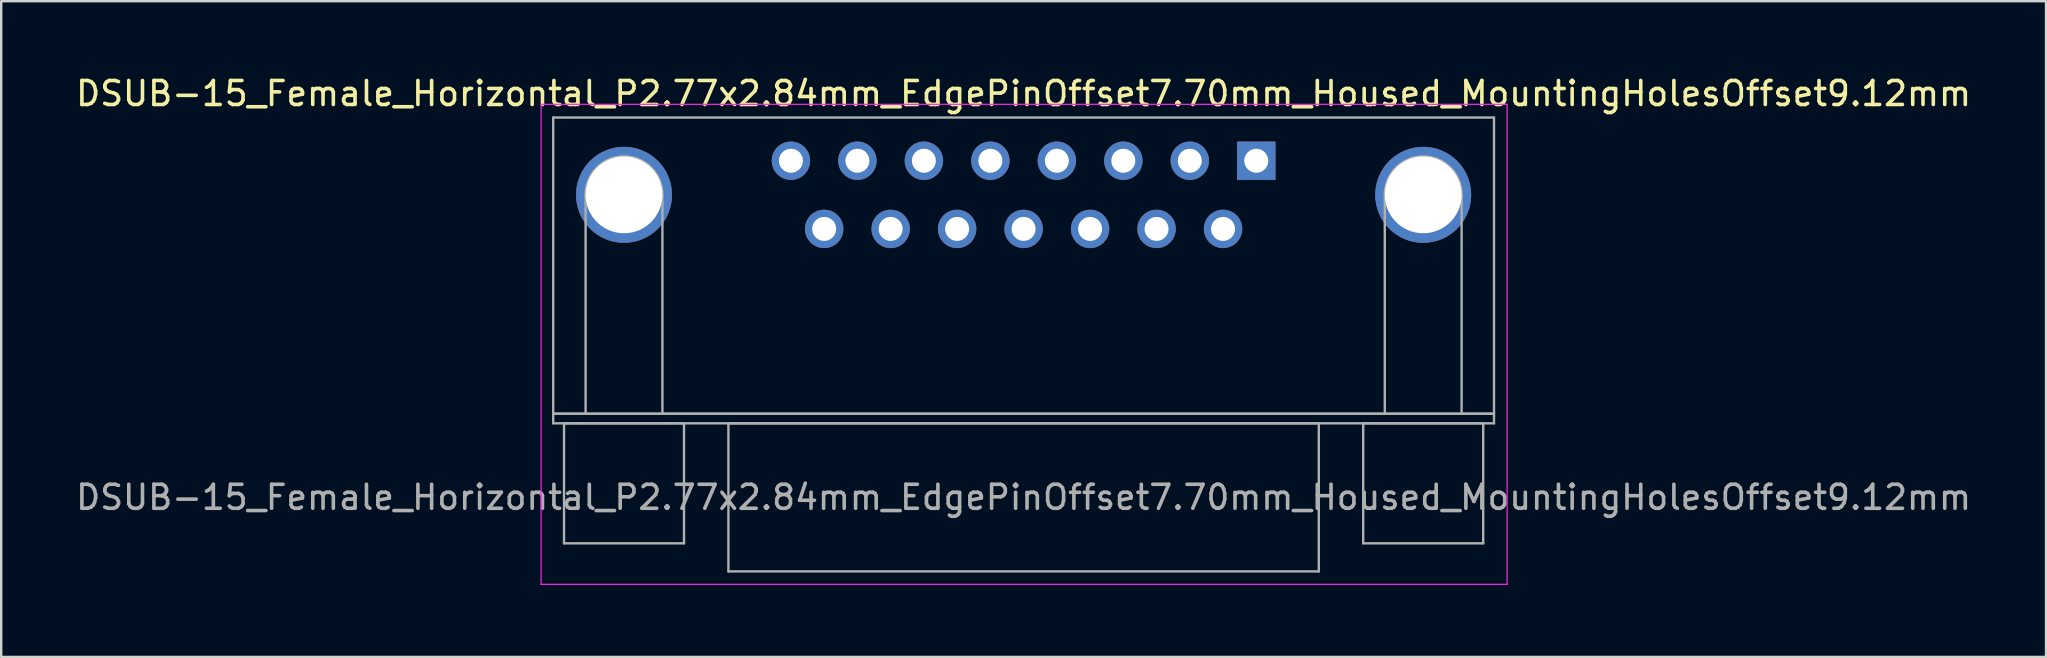
<source format=kicad_pcb>
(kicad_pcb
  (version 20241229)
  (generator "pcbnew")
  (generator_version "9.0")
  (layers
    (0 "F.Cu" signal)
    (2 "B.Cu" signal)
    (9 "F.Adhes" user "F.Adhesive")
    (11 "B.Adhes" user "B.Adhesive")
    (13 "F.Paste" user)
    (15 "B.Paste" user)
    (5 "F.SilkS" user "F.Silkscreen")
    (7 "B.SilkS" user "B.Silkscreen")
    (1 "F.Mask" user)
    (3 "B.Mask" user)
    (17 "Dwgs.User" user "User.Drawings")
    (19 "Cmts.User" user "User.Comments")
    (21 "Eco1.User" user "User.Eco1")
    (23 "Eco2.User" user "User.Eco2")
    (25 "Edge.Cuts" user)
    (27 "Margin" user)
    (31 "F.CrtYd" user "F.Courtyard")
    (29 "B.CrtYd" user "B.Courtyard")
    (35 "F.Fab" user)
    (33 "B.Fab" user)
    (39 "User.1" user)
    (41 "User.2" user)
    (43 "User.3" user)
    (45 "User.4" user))
  (footprint "DSUB-15_Female_Horizontal_P2.77x2.84mm_EdgePinOffset7.70mm_Housed_MountingHolesOffset9.12mm"
    (layer "F.Cu")
    (at 49.296 3.648)
    (property "Reference" "DSUB-15_Female_Horizontal_P2.77x2.84mm_EdgePinOffset7.70mm_Housed_MountingHolesOffset9.12mm" (at -9.695 -2.8 0) (layer "F.SilkS") (effects (font (size 1 1) (thickness 0.15))))
    (attr through_hole)
    (fp_line (start -29.8 -2.35) (end -29.8 17.65) (stroke (width 0.05) (type solid)) (layer "F.CrtYd"))
    (fp_line (start -29.8 17.65) (end 10.45 17.65) (stroke (width 0.05) (type solid)) (layer "F.CrtYd"))
    (fp_line (start 10.45 -2.35) (end -29.8 -2.35) (stroke (width 0.05) (type solid)) (layer "F.CrtYd"))
    (fp_line (start 10.45 17.65) (end 10.45 -2.35) (stroke (width 0.05) (type solid)) (layer "F.CrtYd"))
    (fp_line (start -29.295 -1.8) (end -29.295 10.54) (stroke (width 0.1) (type solid)) (layer "F.Fab"))
    (fp_line (start -29.295 10.54) (end -29.295 10.94) (stroke (width 0.1) (type solid)) (layer "F.Fab"))
    (fp_line (start -29.295 10.54) (end 9.905 10.54) (stroke (width 0.1) (type solid)) (layer "F.Fab"))
    (fp_line (start -29.295 10.94) (end 9.905 10.94) (stroke (width 0.1) (type solid)) (layer "F.Fab"))
    (fp_line (start -28.845 10.94) (end -28.845 15.94) (stroke (width 0.1) (type solid)) (layer "F.Fab"))
    (fp_line (start -28.845 15.94) (end -23.845 15.94) (stroke (width 0.1) (type solid)) (layer "F.Fab"))
    (fp_line (start -27.945 10.54) (end -27.945 1.42) (stroke (width 0.1) (type solid)) (layer "F.Fab"))
    (fp_line (start -24.745 10.54) (end -24.745 1.42) (stroke (width 0.1) (type solid)) (layer "F.Fab"))
    (fp_line (start -23.845 10.94) (end -28.845 10.94) (stroke (width 0.1) (type solid)) (layer "F.Fab"))
    (fp_line (start -23.845 15.94) (end -23.845 10.94) (stroke (width 0.1) (type solid)) (layer "F.Fab"))
    (fp_line (start -21.995 10.94) (end -21.995 17.11) (stroke (width 0.1) (type solid)) (layer "F.Fab"))
    (fp_line (start -21.995 17.11) (end 2.605 17.11) (stroke (width 0.1) (type solid)) (layer "F.Fab"))
    (fp_line (start 2.605 10.94) (end -21.995 10.94) (stroke (width 0.1) (type solid)) (layer "F.Fab"))
    (fp_line (start 2.605 17.11) (end 2.605 10.94) (stroke (width 0.1) (type solid)) (layer "F.Fab"))
    (fp_line (start 4.455 10.94) (end 4.455 15.94) (stroke (width 0.1) (type solid)) (layer "F.Fab"))
    (fp_line (start 4.455 15.94) (end 9.455 15.94) (stroke (width 0.1) (type solid)) (layer "F.Fab"))
    (fp_line (start 5.355 10.54) (end 5.355 1.42) (stroke (width 0.1) (type solid)) (layer "F.Fab"))
    (fp_line (start 8.555 10.54) (end 8.555 1.42) (stroke (width 0.1) (type solid)) (layer "F.Fab"))
    (fp_line (start 9.455 10.94) (end 4.455 10.94) (stroke (width 0.1) (type solid)) (layer "F.Fab"))
    (fp_line (start 9.455 15.94) (end 9.455 10.94) (stroke (width 0.1) (type solid)) (layer "F.Fab"))
    (fp_line (start 9.905 -1.8) (end -29.295 -1.8) (stroke (width 0.1) (type solid)) (layer "F.Fab"))
    (fp_line (start 9.905 10.54) (end -29.295 10.54) (stroke (width 0.1) (type solid)) (layer "F.Fab"))
    (fp_line (start 9.905 10.54) (end 9.905 -1.8) (stroke (width 0.1) (type solid)) (layer "F.Fab"))
    (fp_line (start 9.905 10.94) (end 9.905 10.54) (stroke (width 0.1) (type solid)) (layer "F.Fab"))
    (fp_arc (start -27.945 1.42) (mid -26.345 -0.18) (end -24.745 1.42) (stroke (width 0.1) (type solid)) (layer "F.Fab"))
    (fp_arc (start 5.355 1.42) (mid 6.955 -0.18) (end 8.555 1.42) (stroke (width 0.1) (type solid)) (layer "F.Fab"))
    (fp_text user "${REFERENCE}" (at -9.695 14.025 0) (layer "F.Fab") (effects (font (size 1 1) (thickness 0.15))))
    (pad "0" thru_hole circle (at -26.345 1.42) (size 4 4) (drill 3.2) (layers "*.Cu" "*.Mask"))
    (pad "0" thru_hole circle (at 6.955 1.42) (size 4 4) (drill 3.2) (layers "*.Cu" "*.Mask"))
    (pad "1" thru_hole rect (at 0 0) (size 1.6 1.6) (drill 1) (layers "*.Cu" "*.Mask"))
    (pad "2" thru_hole circle (at -2.77 0) (size 1.6 1.6) (drill 1) (layers "*.Cu" "*.Mask"))
    (pad "3" thru_hole circle (at -5.54 0) (size 1.6 1.6) (drill 1) (layers "*.Cu" "*.Mask"))
    (pad "4" thru_hole circle (at -8.31 0) (size 1.6 1.6) (drill 1) (layers "*.Cu" "*.Mask"))
    (pad "5" thru_hole circle (at -11.08 0) (size 1.6 1.6) (drill 1) (layers "*.Cu" "*.Mask"))
    (pad "6" thru_hole circle (at -13.85 0) (size 1.6 1.6) (drill 1) (layers "*.Cu" "*.Mask"))
    (pad "7" thru_hole circle (at -16.62 0) (size 1.6 1.6) (drill 1) (layers "*.Cu" "*.Mask"))
    (pad "8" thru_hole circle (at -19.39 0) (size 1.6 1.6) (drill 1) (layers "*.Cu" "*.Mask"))
    (pad "9" thru_hole circle (at -1.385 2.84) (size 1.6 1.6) (drill 1) (layers "*.Cu" "*.Mask"))
    (pad "10" thru_hole circle (at -4.155 2.84) (size 1.6 1.6) (drill 1) (layers "*.Cu" "*.Mask"))
    (pad "11" thru_hole circle (at -6.925 2.84) (size 1.6 1.6) (drill 1) (layers "*.Cu" "*.Mask"))
    (pad "12" thru_hole circle (at -9.695 2.84) (size 1.6 1.6) (drill 1) (layers "*.Cu" "*.Mask"))
    (pad "13" thru_hole circle (at -12.465 2.84) (size 1.6 1.6) (drill 1) (layers "*.Cu" "*.Mask"))
    (pad "14" thru_hole circle (at -15.235 2.84) (size 1.6 1.6) (drill 1) (layers "*.Cu" "*.Mask"))
    (pad "15" thru_hole circle (at -18.005 2.84) (size 1.6 1.6) (drill 1) (layers "*.Cu" "*.Mask")))
  (gr_rect
    (start -3 -3)
    (end 82.202 24.323)
    (stroke (width 0.1) (type default))
    (fill no)
    (layer "Edge.Cuts")))
</source>
